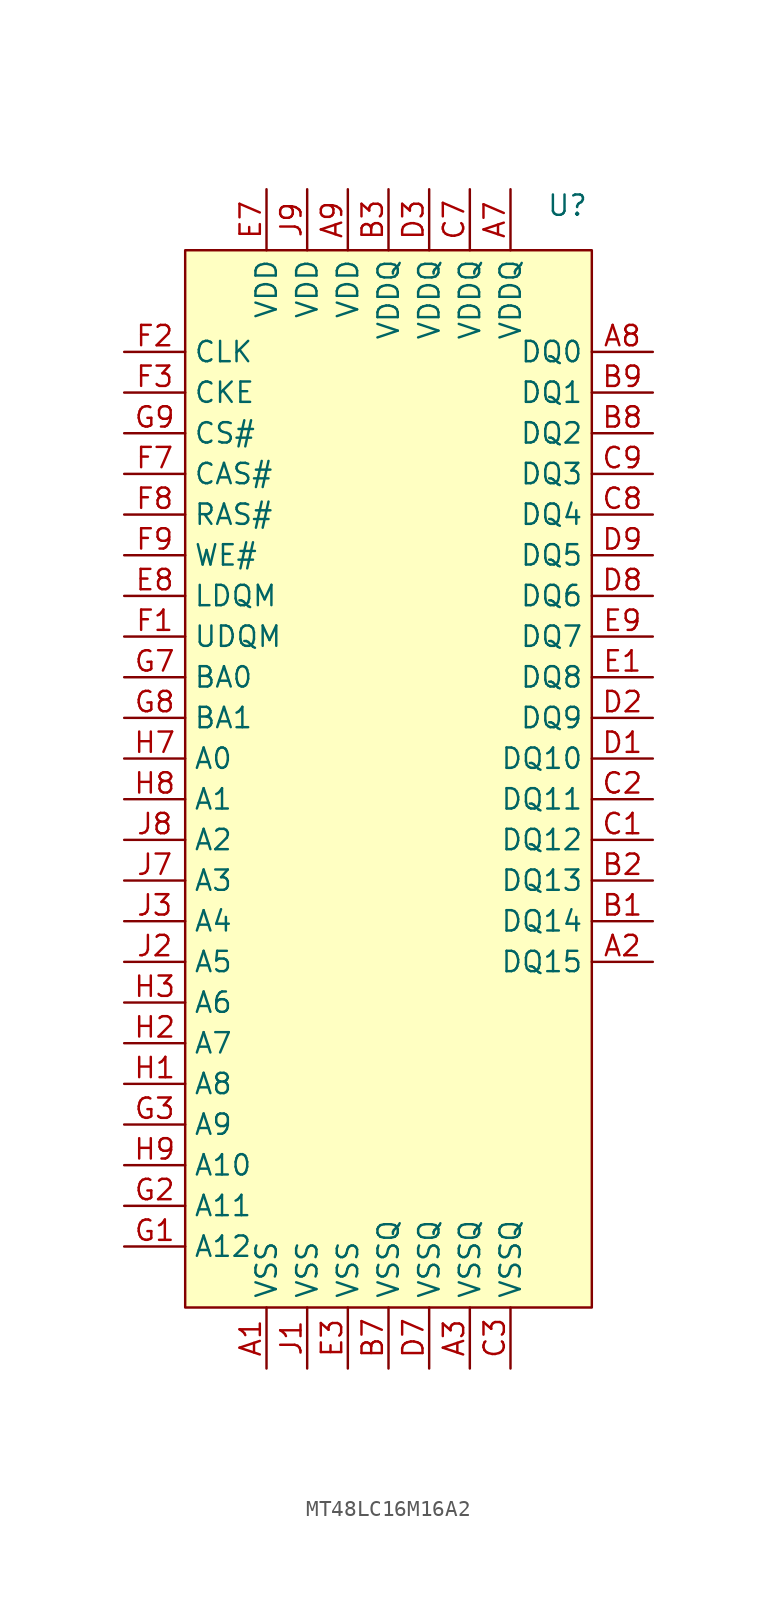
<source format=kicad_sym>
(kicad_symbol_lib
  (version 20231120)
  (generator "kicad_symbol_editor")
  (generator_version "8.0")
  (symbol "MT48LC16M16A2"
    (property "Reference" "U"
      (at 11.176 35.814 0)
      (effects (font (size 1.27 1.27))))
    (property "Value" ""
      (at -2.54 36.83 0)
      (effects (font (size 1.27 1.27))))
    (property "Footprint" ""
      (at -2.54 36.83 0)
      (effects (font (size 1.27 1.27))))
    (property "Datasheet" ""
      (at -2.54 36.83 0)
      (effects (font (size 1.27 1.27))))
    (property "Description" ""
      (at -2.54 36.83 0)
      (effects (font (size 1.27 1.27))))
    (symbol "MT48LC16M16A2_0_0"
      (pin power_in line (at -7.62 -36.83 90) (length 3.81) (name "VSS" (effects (font (size 1.27 1.27)))) (number "A1" (effects (font (size 1.27 1.27)))))
      (pin bidirectional line (at 16.51 -11.43 180) (length 3.81) (name "DQ15" (effects (font (size 1.27 1.27)))) (number "A2" (effects (font (size 1.27 1.27)))))
      (pin power_in line (at 5.08 -36.83 90) (length 3.81) (name "VSSQ" (effects (font (size 1.27 1.27)))) (number "A3" (effects (font (size 1.27 1.27)))))
      (pin power_in line (at 7.62 36.83 270) (length 3.81) (name "VDDQ" (effects (font (size 1.27 1.27)))) (number "A7" (effects (font (size 1.27 1.27)))))
      (pin bidirectional line (at 16.51 26.67 180) (length 3.81) (name "DQ0" (effects (font (size 1.27 1.27)))) (number "A8" (effects (font (size 1.27 1.27)))))
      (pin power_in line (at -2.54 36.83 270) (length 3.81) (name "VDD" (effects (font (size 1.27 1.27)))) (number "A9" (effects (font (size 1.27 1.27)))))
      (pin bidirectional line (at 16.51 -8.89 180) (length 3.81) (name "DQ14" (effects (font (size 1.27 1.27)))) (number "B1" (effects (font (size 1.27 1.27)))))
      (pin bidirectional line (at 16.51 -6.35 180) (length 3.81) (name "DQ13" (effects (font (size 1.27 1.27)))) (number "B2" (effects (font (size 1.27 1.27)))))
      (pin power_in line (at 0 36.83 270) (length 3.81) (name "VDDQ" (effects (font (size 1.27 1.27)))) (number "B3" (effects (font (size 1.27 1.27)))))
      (pin power_in line (at 0 -36.83 90) (length 3.81) (name "VSSQ" (effects (font (size 1.27 1.27)))) (number "B7" (effects (font (size 1.27 1.27)))))
      (pin bidirectional line (at 16.51 21.59 180) (length 3.81) (name "DQ2" (effects (font (size 1.27 1.27)))) (number "B8" (effects (font (size 1.27 1.27)))))
      (pin bidirectional line (at 16.51 24.13 180) (length 3.81) (name "DQ1" (effects (font (size 1.27 1.27)))) (number "B9" (effects (font (size 1.27 1.27)))))
      (pin bidirectional line (at 16.51 -3.81 180) (length 3.81) (name "DQ12" (effects (font (size 1.27 1.27)))) (number "C1" (effects (font (size 1.27 1.27)))))
      (pin bidirectional line (at 16.51 -1.27 180) (length 3.81) (name "DQ11" (effects (font (size 1.27 1.27)))) (number "C2" (effects (font (size 1.27 1.27)))))
      (pin power_in line (at 7.62 -36.83 90) (length 3.81) (name "VSSQ" (effects (font (size 1.27 1.27)))) (number "C3" (effects (font (size 1.27 1.27)))))
      (pin power_in line (at 5.08 36.83 270) (length 3.81) (name "VDDQ" (effects (font (size 1.27 1.27)))) (number "C7" (effects (font (size 1.27 1.27)))))
      (pin bidirectional line (at 16.51 16.51 180) (length 3.81) (name "DQ4" (effects (font (size 1.27 1.27)))) (number "C8" (effects (font (size 1.27 1.27)))))
      (pin bidirectional line (at 16.51 19.05 180) (length 3.81) (name "DQ3" (effects (font (size 1.27 1.27)))) (number "C9" (effects (font (size 1.27 1.27)))))
      (pin bidirectional line (at 16.51 1.27 180) (length 3.81) (name "DQ10" (effects (font (size 1.27 1.27)))) (number "D1" (effects (font (size 1.27 1.27)))))
      (pin bidirectional line (at 16.51 3.81 180) (length 3.81) (name "DQ9" (effects (font (size 1.27 1.27)))) (number "D2" (effects (font (size 1.27 1.27)))))
      (pin power_in line (at 2.54 36.83 270) (length 3.81) (name "VDDQ" (effects (font (size 1.27 1.27)))) (number "D3" (effects (font (size 1.27 1.27)))))
      (pin power_in line (at 2.54 -36.83 90) (length 3.81) (name "VSSQ" (effects (font (size 1.27 1.27)))) (number "D7" (effects (font (size 1.27 1.27)))))
      (pin bidirectional line (at 16.51 11.43 180) (length 3.81) (name "DQ6" (effects (font (size 1.27 1.27)))) (number "D8" (effects (font (size 1.27 1.27)))))
      (pin bidirectional line (at 16.51 13.97 180) (length 3.81) (name "DQ5" (effects (font (size 1.27 1.27)))) (number "D9" (effects (font (size 1.27 1.27)))))
      (pin bidirectional line (at 16.51 6.35 180) (length 3.81) (name "DQ8" (effects (font (size 1.27 1.27)))) (number "E1" (effects (font (size 1.27 1.27)))))
      (pin power_in line (at -2.54 -36.83 90) (length 3.81) (name "VSS" (effects (font (size 1.27 1.27)))) (number "E3" (effects (font (size 1.27 1.27)))))
      (pin power_in line (at -7.62 36.83 270) (length 3.81) (name "VDD" (effects (font (size 1.27 1.27)))) (number "E7" (effects (font (size 1.27 1.27)))))
      (pin input line (at -16.51 11.43 0) (length 3.81) (name "LDQM" (effects (font (size 1.27 1.27)))) (number "E8" (effects (font (size 1.27 1.27)))))
      (pin bidirectional line (at 16.51 8.89 180) (length 3.81) (name "DQ7" (effects (font (size 1.27 1.27)))) (number "E9" (effects (font (size 1.27 1.27)))))
      (pin input line (at -16.51 8.89 0) (length 3.81) (name "UDQM" (effects (font (size 1.27 1.27)))) (number "F1" (effects (font (size 1.27 1.27)))))
      (pin input line (at -16.51 26.67 0) (length 3.81) (name "CLK" (effects (font (size 1.27 1.27)))) (number "F2" (effects (font (size 1.27 1.27)))))
      (pin input line (at -16.51 24.13 0) (length 3.81) (name "CKE" (effects (font (size 1.27 1.27)))) (number "F3" (effects (font (size 1.27 1.27)))))
      (pin input line (at -16.51 19.05 0) (length 3.81) (name "CAS#" (effects (font (size 1.27 1.27)))) (number "F7" (effects (font (size 1.27 1.27)))))
      (pin input line (at -16.51 16.51 0) (length 3.81) (name "RAS#" (effects (font (size 1.27 1.27)))) (number "F8" (effects (font (size 1.27 1.27)))))
      (pin input line (at -16.51 13.97 0) (length 3.81) (name "WE#" (effects (font (size 1.27 1.27)))) (number "F9" (effects (font (size 1.27 1.27)))))
      (pin input line (at -16.51 -29.21 0) (length 3.81) (name "A12" (effects (font (size 1.27 1.27)))) (number "G1" (effects (font (size 1.27 1.27)))))
      (pin input line (at -16.51 -26.67 0) (length 3.81) (name "A11" (effects (font (size 1.27 1.27)))) (number "G2" (effects (font (size 1.27 1.27)))))
      (pin input line (at -16.51 -21.59 0) (length 3.81) (name "A9" (effects (font (size 1.27 1.27)))) (number "G3" (effects (font (size 1.27 1.27)))))
      (pin input line (at -16.51 6.35 0) (length 3.81) (name "BA0" (effects (font (size 1.27 1.27)))) (number "G7" (effects (font (size 1.27 1.27)))))
      (pin input line (at -16.51 3.81 0) (length 3.81) (name "BA1" (effects (font (size 1.27 1.27)))) (number "G8" (effects (font (size 1.27 1.27)))))
      (pin input line (at -16.51 21.59 0) (length 3.81) (name "CS#" (effects (font (size 1.27 1.27)))) (number "G9" (effects (font (size 1.27 1.27)))))
      (pin input line (at -16.51 -19.05 0) (length 3.81) (name "A8" (effects (font (size 1.27 1.27)))) (number "H1" (effects (font (size 1.27 1.27)))))
      (pin input line (at -16.51 -16.51 0) (length 3.81) (name "A7" (effects (font (size 1.27 1.27)))) (number "H2" (effects (font (size 1.27 1.27)))))
      (pin input line (at -16.51 -13.97 0) (length 3.81) (name "A6" (effects (font (size 1.27 1.27)))) (number "H3" (effects (font (size 1.27 1.27)))))
      (pin input line (at -16.51 1.27 0) (length 3.81) (name "A0" (effects (font (size 1.27 1.27)))) (number "H7" (effects (font (size 1.27 1.27)))))
      (pin input line (at -16.51 -1.27 0) (length 3.81) (name "A1" (effects (font (size 1.27 1.27)))) (number "H8" (effects (font (size 1.27 1.27)))))
      (pin input line (at -16.51 -24.13 0) (length 3.81) (name "A10" (effects (font (size 1.27 1.27)))) (number "H9" (effects (font (size 1.27 1.27)))))
      (pin power_in line (at -5.08 -36.83 90) (length 3.81) (name "VSS" (effects (font (size 1.27 1.27)))) (number "J1" (effects (font (size 1.27 1.27)))))
      (pin input line (at -16.51 -11.43 0) (length 3.81) (name "A5" (effects (font (size 1.27 1.27)))) (number "J2" (effects (font (size 1.27 1.27)))))
      (pin input line (at -16.51 -8.89 0) (length 3.81) (name "A4" (effects (font (size 1.27 1.27)))) (number "J3" (effects (font (size 1.27 1.27)))))
      (pin input line (at -16.51 -6.35 0) (length 3.81) (name "A3" (effects (font (size 1.27 1.27)))) (number "J7" (effects (font (size 1.27 1.27)))))
      (pin input line (at -16.51 -3.81 0) (length 3.81) (name "A2" (effects (font (size 1.27 1.27)))) (number "J8" (effects (font (size 1.27 1.27)))))
      (pin power_in line (at -5.08 36.83 270) (length 3.81) (name "VDD" (effects (font (size 1.27 1.27)))) (number "J9" (effects (font (size 1.27 1.27))))))
    (symbol "MT48LC16M16A2_1_0"
      (pin no_connect line (at 16.51 -13.97 180) (length 3.81) hide (name "NC" (effects (font (size 1.27 1.27)))) (number "E2" (effects (font (size 1.27 1.27))))))
    (symbol "MT48LC16M16A2_1_1"
      (rectangle (start -12.7 33.02) (end 12.7 -33.02) (stroke (width 0) (type default)) (fill (type background))))))
</source>
